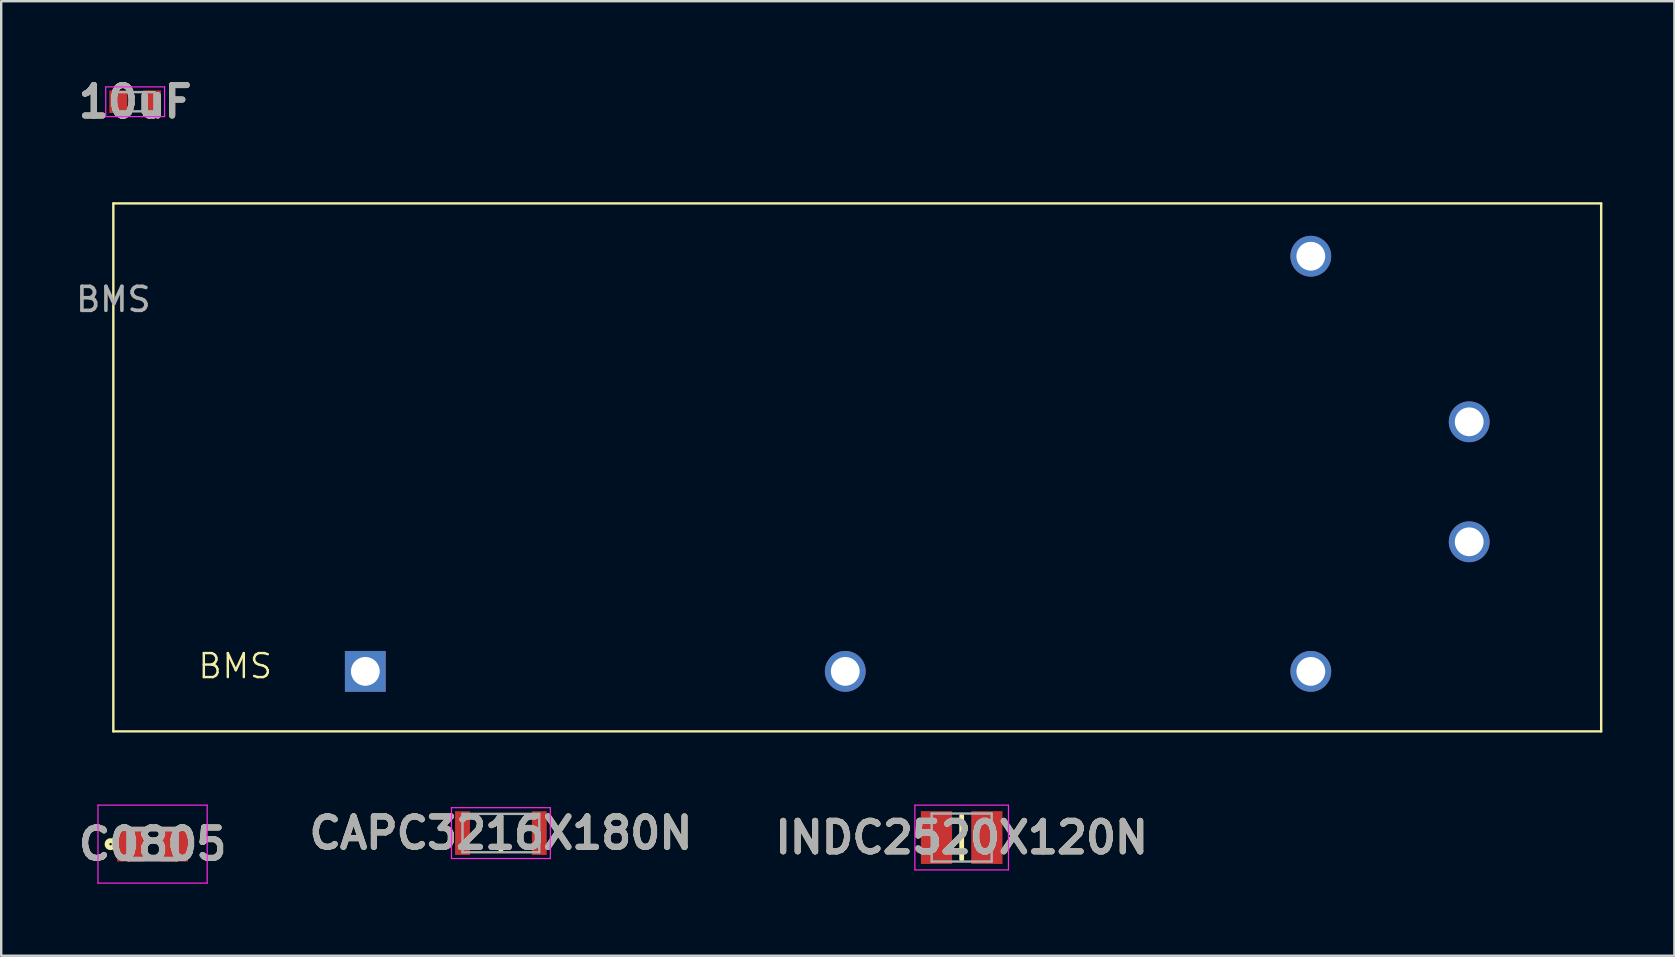
<source format=kicad_pcb>
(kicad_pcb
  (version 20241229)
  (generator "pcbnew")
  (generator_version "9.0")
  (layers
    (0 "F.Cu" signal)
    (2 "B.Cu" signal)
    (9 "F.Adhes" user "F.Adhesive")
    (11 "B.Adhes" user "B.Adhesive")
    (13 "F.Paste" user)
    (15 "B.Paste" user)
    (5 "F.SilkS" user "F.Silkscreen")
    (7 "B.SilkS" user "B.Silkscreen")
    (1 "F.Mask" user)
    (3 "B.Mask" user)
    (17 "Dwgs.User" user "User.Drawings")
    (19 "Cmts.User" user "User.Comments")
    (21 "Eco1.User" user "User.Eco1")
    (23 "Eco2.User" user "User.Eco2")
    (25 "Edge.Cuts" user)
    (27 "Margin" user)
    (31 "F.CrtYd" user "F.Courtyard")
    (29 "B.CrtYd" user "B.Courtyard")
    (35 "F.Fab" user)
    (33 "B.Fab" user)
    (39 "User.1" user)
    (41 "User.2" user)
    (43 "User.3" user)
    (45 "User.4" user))
  (footprint "CAPC3216X180N"
    (layer "F.Cu")
    (at 17.823 31.666)
    (property "Reference" "CAPC3216X180N" (at 0 0 0) (layer "F.SilkS") (effects (font (size 1.27 1.27) (thickness 0.254))))
    (attr smd)
    (fp_line (start 0 -0.7) (end 0 0.7) (stroke (width 0.2) (type solid)) (layer "F.SilkS"))
    (fp_line (start -2.06 -1.06) (end 2.06 -1.06) (stroke (width 0.05) (type solid)) (layer "F.CrtYd"))
    (fp_line (start -2.06 1.06) (end -2.06 -1.06) (stroke (width 0.05) (type solid)) (layer "F.CrtYd"))
    (fp_line (start 2.06 -1.06) (end 2.06 1.06) (stroke (width 0.05) (type solid)) (layer "F.CrtYd"))
    (fp_line (start 2.06 1.06) (end -2.06 1.06) (stroke (width 0.05) (type solid)) (layer "F.CrtYd"))
    (fp_line (start -1.6 -0.8) (end 1.6 -0.8) (stroke (width 0.1) (type solid)) (layer "F.Fab"))
    (fp_line (start -1.6 0.8) (end -1.6 -0.8) (stroke (width 0.1) (type solid)) (layer "F.Fab"))
    (fp_line (start 1.6 -0.8) (end 1.6 0.8) (stroke (width 0.1) (type solid)) (layer "F.Fab"))
    (fp_line (start 1.6 0.8) (end -1.6 0.8) (stroke (width 0.1) (type solid)) (layer "F.Fab"))
    (fp_text user "${REFERENCE}" (at 0 0 0) (layer "F.Fab") (effects (font (size 1.27 1.27) (thickness 0.254))))
    (pad "1" smd rect (at -1.6 0) (size 0.62 1.82) (layers "F.Cu" "F.Mask" "F.Paste"))
    (pad "2" smd rect (at 1.6 0) (size 0.62 1.82) (layers "F.Cu" "F.Mask" "F.Paste")))
  (footprint "BMS"
    (layer "F.Cu")
    (at 1.673 6.927)
    (property "Reference" "BMS" (at 5.08 17.78 0) (unlocked yes) (layer "F.SilkS") (effects (font (size 1 1) (thickness 0.1))))
    (attr through_hole)
    (fp_line (start 0 -1.5) (end 62 -1.5) (stroke (width 0.1) (type default)) (layer "F.SilkS"))
    (fp_line (start 0 20.5) (end 0 -1.5) (stroke (width 0.1) (type default)) (layer "F.SilkS"))
    (fp_line (start 0 20.5) (end 62 20.5) (stroke (width 0.1) (type default)) (layer "F.SilkS"))
    (fp_line (start 62 20.5) (end 62 -1.5) (stroke (width 0.1) (type default)) (layer "F.SilkS"))
    (fp_text user "${REFERENCE}" (at 0 2.5 0) (unlocked yes) (layer "F.Fab") (effects (font (size 1 1) (thickness 0.15))))
    (pad "1" thru_hole rect (at 10.5 18) (size 1.7 1.7) (drill 1.2) (layers "*.Cu" "*.Mask"))
    (pad "2" thru_hole circle (at 30.5 18) (size 1.7 1.7) (drill 1.2) (layers "*.Cu" "*.Mask"))
    (pad "3" thru_hole circle (at 49.9 18) (size 1.7 1.7) (drill 1.2) (layers "*.Cu" "*.Mask"))
    (pad "4" thru_hole circle (at 49.9 0.7) (size 1.7 1.7) (drill 1.2) (layers "*.Cu" "*.Mask"))
    (pad "5" thru_hole circle (at 56.5 7.6) (size 1.7 1.7) (drill 1.2) (layers "*.Cu" "*.Mask"))
    (pad "6" thru_hole circle (at 56.5 12.6) (size 1.7 1.7) (drill 1.2) (layers "*.Cu" "*.Mask")))
  (footprint "INDC2520X120N"
    (layer "F.Cu")
    (at 37.024 31.852)
    (property "Reference" "INDC2520X120N" (at 0 0 0) (layer "F.SilkS") (effects (font (size 1.27 1.27) (thickness 0.254))))
    (attr smd)
    (fp_line (start 0 -0.9) (end 0 0.9) (stroke (width 0.2) (type solid)) (layer "F.SilkS"))
    (fp_line (start -1.95 -1.35) (end 1.95 -1.35) (stroke (width 0.05) (type solid)) (layer "F.CrtYd"))
    (fp_line (start -1.95 1.35) (end -1.95 -1.35) (stroke (width 0.05) (type solid)) (layer "F.CrtYd"))
    (fp_line (start 1.95 -1.35) (end 1.95 1.35) (stroke (width 0.05) (type solid)) (layer "F.CrtYd"))
    (fp_line (start 1.95 1.35) (end -1.95 1.35) (stroke (width 0.05) (type solid)) (layer "F.CrtYd"))
    (fp_line (start -1.25 -1) (end 1.25 -1) (stroke (width 0.1) (type solid)) (layer "F.Fab"))
    (fp_line (start -1.25 1) (end -1.25 -1) (stroke (width 0.1) (type solid)) (layer "F.Fab"))
    (fp_line (start 1.25 -1) (end 1.25 1) (stroke (width 0.1) (type solid)) (layer "F.Fab"))
    (fp_line (start 1.25 1) (end -1.25 1) (stroke (width 0.1) (type solid)) (layer "F.Fab"))
    (fp_text user "${REFERENCE}" (at 0 0 0) (layer "F.Fab") (effects (font (size 1.27 1.27) (thickness 0.254))))
    (pad "1" smd rect (at -1.05 0) (size 1.3 2.2) (layers "F.Cu" "F.Mask" "F.Paste"))
    (pad "2" smd rect (at 1.05 0) (size 1.3 2.2) (layers "F.Cu" "F.Mask" "F.Paste")))
  (footprint "10uF"
    (layer "F.Cu")
    (at 2.582 1.189)
    (property "Reference" "10uF" (at 0 0 0) (layer "F.SilkS") (effects (font (size 1.27 1.27) (thickness 0.254))))
    (attr smd)
    (fp_line (start -1.225 -0.62) (end 1.225 -0.62) (stroke (width 0.05) (type solid)) (layer "F.CrtYd"))
    (fp_line (start -1.225 0.62) (end -1.225 -0.62) (stroke (width 0.05) (type solid)) (layer "F.CrtYd"))
    (fp_line (start 1.225 -0.62) (end 1.225 0.62) (stroke (width 0.05) (type solid)) (layer "F.CrtYd"))
    (fp_line (start 1.225 0.62) (end -1.225 0.62) (stroke (width 0.05) (type solid)) (layer "F.CrtYd"))
    (fp_line (start -0.8 -0.4) (end 0.8 -0.4) (stroke (width 0.1) (type solid)) (layer "F.Fab"))
    (fp_line (start -0.8 0.4) (end -0.8 -0.4) (stroke (width 0.1) (type solid)) (layer "F.Fab"))
    (fp_line (start 0.8 -0.4) (end 0.8 0.4) (stroke (width 0.1) (type solid)) (layer "F.Fab"))
    (fp_line (start 0.8 0.4) (end -0.8 0.4) (stroke (width 0.1) (type solid)) (layer "F.Fab"))
    (fp_text user "${REFERENCE}" (at 0 0 0) (layer "F.Fab") (effects (font (size 1.27 1.27) (thickness 0.254))))
    (pad "1" smd rect (at -0.7 0) (size 0.75 0.94) (layers "F.Cu" "F.Mask" "F.Paste"))
    (pad "2" smd rect (at 0.7 0) (size 0.75 0.94) (layers "F.Cu" "F.Mask" "F.Paste")))
  (footprint "C0805"
    (layer "F.Cu")
    (at 3.308 32.127)
    (property "Reference" "C0805" (at 0 0 0) (layer "F.SilkS") (effects (font (size 1.27 1.27) (thickness 0.254))))
    (attr smd)
    (fp_circle (center -1.75 0) (end -1.75 0.05) (stroke (width 0.2) (type solid)) (fill no) (layer "F.SilkS"))
    (fp_line (start -2.275 -1.625) (end 2.275 -1.625) (stroke (width 0.05) (type solid)) (layer "F.CrtYd"))
    (fp_line (start -2.275 1.625) (end -2.275 -1.625) (stroke (width 0.05) (type solid)) (layer "F.CrtYd"))
    (fp_line (start 2.275 -1.625) (end 2.275 1.625) (stroke (width 0.05) (type solid)) (layer "F.CrtYd"))
    (fp_line (start 2.275 1.625) (end -2.275 1.625) (stroke (width 0.05) (type solid)) (layer "F.CrtYd"))
    (fp_line (start -1 -0.625) (end 1 -0.625) (stroke (width 0.2) (type solid)) (layer "F.Fab"))
    (fp_line (start -1 0.625) (end -1 -0.625) (stroke (width 0.2) (type solid)) (layer "F.Fab"))
    (fp_line (start 1 -0.625) (end 1 0.625) (stroke (width 0.2) (type solid)) (layer "F.Fab"))
    (fp_line (start 1 0.625) (end -1 0.625) (stroke (width 0.2) (type solid)) (layer "F.Fab"))
    (fp_text user "${REFERENCE}" (at 0 0 0) (layer "F.Fab") (effects (font (size 1.27 1.27) (thickness 0.254))))
    (pad "1" smd rect (at -0.9 0) (size 1.15 1.45) (layers "F.Cu" "F.Mask" "F.Paste"))
    (pad "2" smd rect (at 0.9 0) (size 1.15 1.45) (layers "F.Cu" "F.Mask" "F.Paste")))
  (gr_rect
    (start -3 -3)
    (end 66.723 36.777)
    (stroke (width 0.1) (type default))
    (fill no)
    (layer "Edge.Cuts")))
</source>
